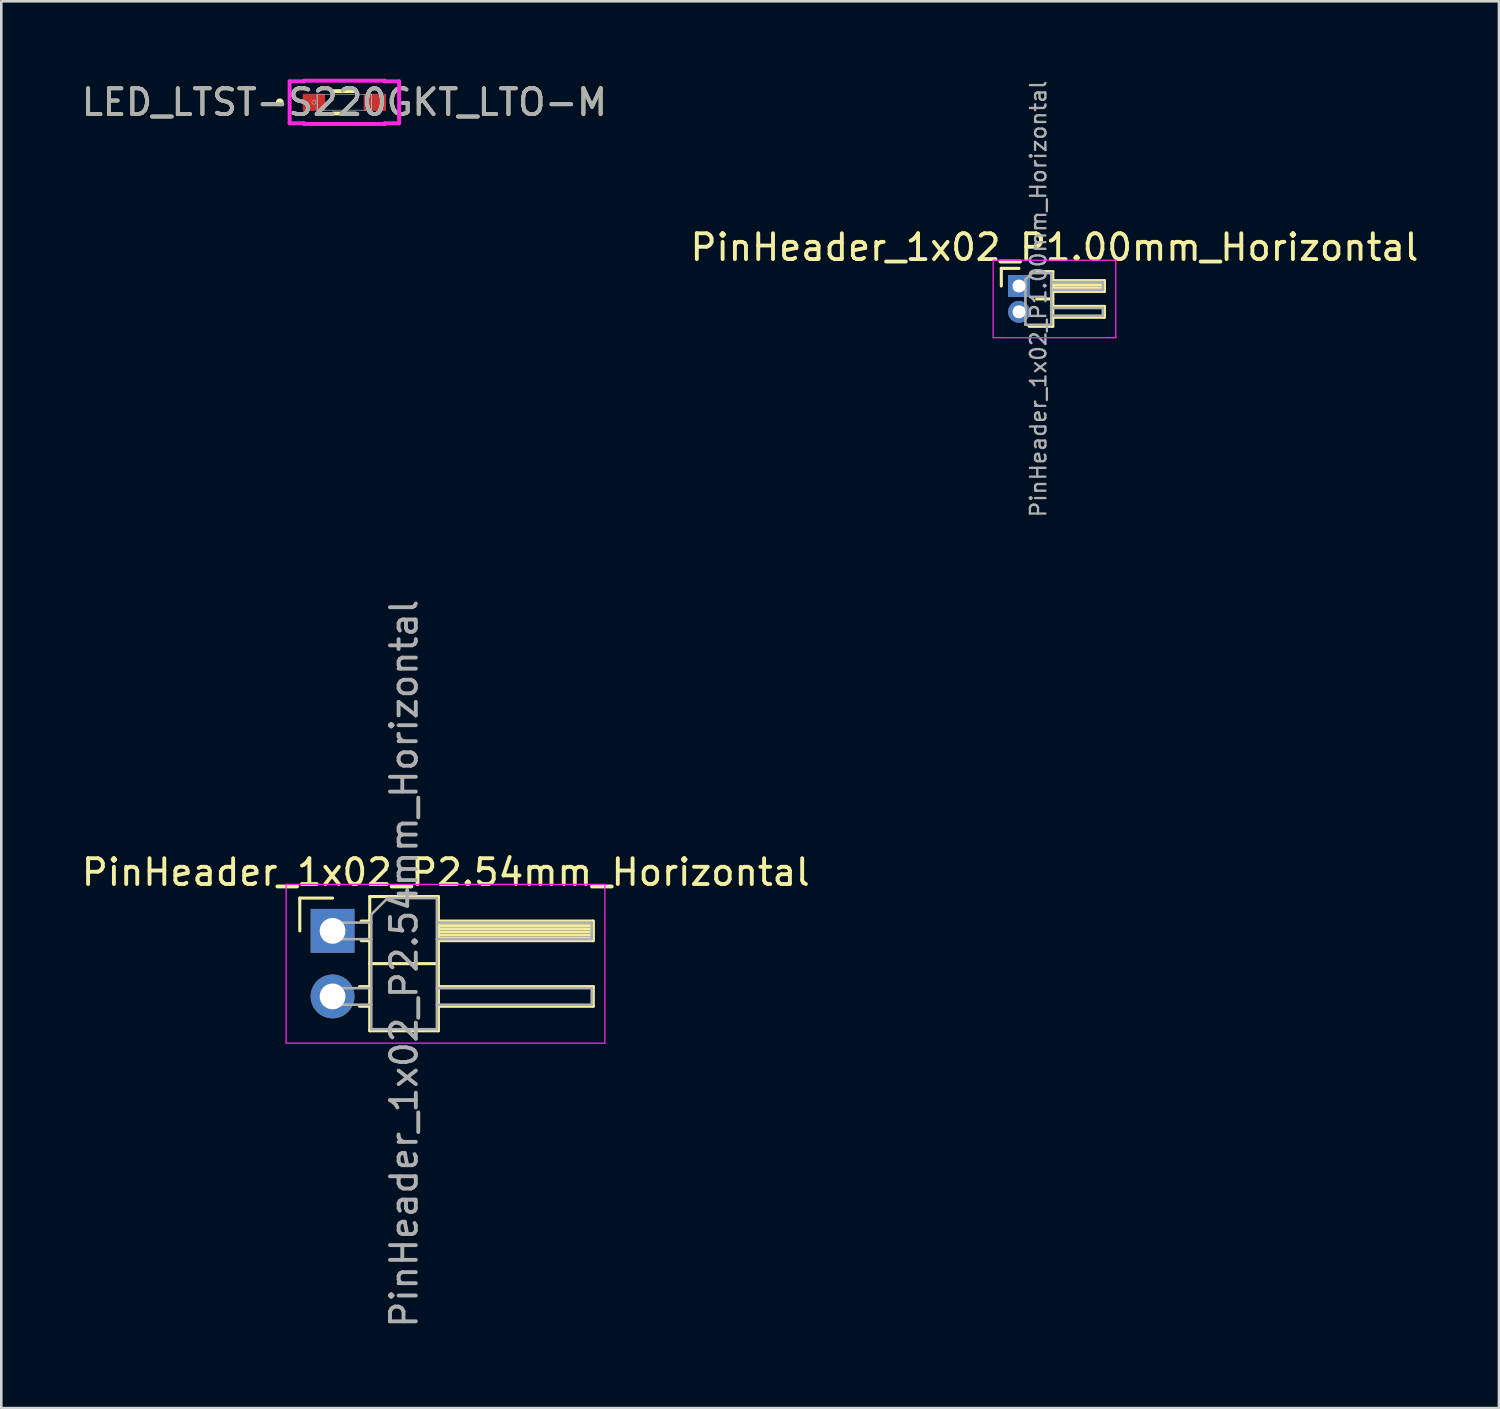
<source format=kicad_pcb>
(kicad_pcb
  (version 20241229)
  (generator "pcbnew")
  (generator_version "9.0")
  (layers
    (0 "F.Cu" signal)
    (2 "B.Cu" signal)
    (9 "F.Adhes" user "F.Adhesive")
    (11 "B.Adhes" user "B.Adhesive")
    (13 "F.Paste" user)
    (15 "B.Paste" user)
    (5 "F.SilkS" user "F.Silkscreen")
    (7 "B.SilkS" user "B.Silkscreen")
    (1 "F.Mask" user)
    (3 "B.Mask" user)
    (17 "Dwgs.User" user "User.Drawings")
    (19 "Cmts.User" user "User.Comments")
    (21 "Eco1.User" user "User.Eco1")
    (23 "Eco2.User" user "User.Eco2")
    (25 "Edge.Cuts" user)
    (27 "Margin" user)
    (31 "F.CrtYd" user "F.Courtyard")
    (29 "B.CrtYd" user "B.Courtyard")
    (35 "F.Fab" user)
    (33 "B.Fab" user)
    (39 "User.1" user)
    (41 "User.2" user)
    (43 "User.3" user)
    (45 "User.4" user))
  (footprint "LED_LTST-S220GKT_LTO-M"
    (layer "F.Cu")
    (at 10.292 0.914)
    (property "Reference" "LED_LTST-S220GKT_LTO-M" (at 0 0 0) (unlocked yes) (layer "F.SilkS") (effects (font (size 1 1) (thickness 0.15))))
    (attr smd)
    (fp_line (start -0.432 0.432) (end 0.432 0.432) (stroke (width 0.152) (type solid)) (layer "F.SilkS"))
    (fp_line (start 0.432 -0.432) (end -0.432 -0.432) (stroke (width 0.152) (type solid)) (layer "F.SilkS"))
    (fp_circle (center -2.502 0) (end -2.426 0) (stroke (width 0.152) (type solid)) (fill no) (layer "F.SilkS"))
    (fp_line (start -2.121 -0.813) (end -1.562 -0.813) (stroke (width 0.152) (type solid)) (layer "F.CrtYd"))
    (fp_line (start -2.121 0.813) (end -2.121 -0.813) (stroke (width 0.152) (type solid)) (layer "F.CrtYd"))
    (fp_line (start -1.562 -0.838) (end 1.562 -0.838) (stroke (width 0.152) (type solid)) (layer "F.CrtYd"))
    (fp_line (start -1.562 -0.813) (end -1.562 -0.838) (stroke (width 0.152) (type solid)) (layer "F.CrtYd"))
    (fp_line (start -1.562 0.813) (end -2.121 0.813) (stroke (width 0.152) (type solid)) (layer "F.CrtYd"))
    (fp_line (start -1.562 0.838) (end -1.562 0.813) (stroke (width 0.152) (type solid)) (layer "F.CrtYd"))
    (fp_line (start 1.562 -0.838) (end 1.562 -0.813) (stroke (width 0.152) (type solid)) (layer "F.CrtYd"))
    (fp_line (start 1.562 -0.813) (end 2.121 -0.813) (stroke (width 0.152) (type solid)) (layer "F.CrtYd"))
    (fp_line (start 1.562 0.813) (end 1.562 0.838) (stroke (width 0.152) (type solid)) (layer "F.CrtYd"))
    (fp_line (start 1.562 0.838) (end -1.562 0.838) (stroke (width 0.152) (type solid)) (layer "F.CrtYd"))
    (fp_line (start 2.121 -0.813) (end 2.121 0.813) (stroke (width 0.152) (type solid)) (layer "F.CrtYd"))
    (fp_line (start 2.121 0.813) (end 1.562 0.813) (stroke (width 0.152) (type solid)) (layer "F.CrtYd"))
    (fp_line (start -1.054 -0.305) (end -1.054 -0.305) (stroke (width 0.025) (type solid)) (layer "F.Fab"))
    (fp_line (start -1.054 -0.305) (end -1.054 0.305) (stroke (width 0.025) (type solid)) (layer "F.Fab"))
    (fp_line (start -1.054 -0.305) (end -1.054 0.305) (stroke (width 0.025) (type solid)) (layer "F.Fab"))
    (fp_line (start -1.054 0.305) (end -1.054 -0.305) (stroke (width 0.025) (type solid)) (layer "F.Fab"))
    (fp_line (start -1.054 0.305) (end -1.054 0.305) (stroke (width 0.025) (type solid)) (layer "F.Fab"))
    (fp_line (start -1.054 0.305) (end 1.054 0.305) (stroke (width 0.025) (type solid)) (layer "F.Fab"))
    (fp_line (start 1.054 -0.305) (end -1.054 -0.305) (stroke (width 0.025) (type solid)) (layer "F.Fab"))
    (fp_line (start 1.054 -0.305) (end 1.054 -0.305) (stroke (width 0.025) (type solid)) (layer "F.Fab"))
    (fp_line (start 1.054 -0.305) (end 1.054 0.305) (stroke (width 0.025) (type solid)) (layer "F.Fab"))
    (fp_line (start 1.054 0.305) (end 1.054 -0.305) (stroke (width 0.025) (type solid)) (layer "F.Fab"))
    (fp_line (start 1.054 0.305) (end 1.054 -0.305) (stroke (width 0.025) (type solid)) (layer "F.Fab"))
    (fp_line (start 1.054 0.305) (end 1.054 0.305) (stroke (width 0.025) (type solid)) (layer "F.Fab"))
    (fp_circle (center -1.181 0) (end -1.105 0) (stroke (width 0.025) (type solid)) (fill no) (layer "F.Fab"))
    (fp_text user "${REFERENCE}" (at 0 0 0) (unlocked yes) (layer "F.Fab") (effects (font (size 1 1) (thickness 0.15))))
    (pad "1" smd rect (at -1.181 0) (size 0.864 0.66) (layers "F.Cu" "F.Mask" "F.Paste"))
    (pad "2" smd rect (at 1.181 0) (size 0.864 0.66) (layers "F.Cu" "F.Mask" "F.Paste"))
    (zone (net_name "") (layer "F.Cu") (hatch full 0.508) (connect_pads) (min_thickness 0.254) (filled_areas_thickness no) (keepout (tracks not_allowed) (vias not_allowed) (pads allowed) (copperpour not_allowed) (footprints allowed)) (placement (enabled no)) (fill) (polygon (pts (xy 9.593 0.66) (xy 10.99 0.66) (xy 10.99 1.168) (xy 9.593 1.168)))))
  (footprint "PinHeader_1x02_P2.54mm_Horizontal"
    (layer "F.Cu")
    (at 9.835 34.29)
    (property "Reference" "PinHeader_1x02_P2.54mm_Horizontal" (at 4.385 -3.545 0) (layer "F.SilkS") (effects (font (size 1 1) (thickness 0.15))))
    (attr through_hole)
    (fp_line (start -1.27 -2.545) (end 0 -2.545) (stroke (width 0.12) (type solid)) (layer "F.SilkS"))
    (fp_line (start -1.27 -1.275) (end -1.27 -2.545) (stroke (width 0.12) (type solid)) (layer "F.SilkS"))
    (fp_line (start 1.043 0.885) (end 1.44 0.885) (stroke (width 0.12) (type solid)) (layer "F.SilkS"))
    (fp_line (start 1.043 1.645) (end 1.44 1.645) (stroke (width 0.12) (type solid)) (layer "F.SilkS"))
    (fp_line (start 1.11 -1.655) (end 1.44 -1.655) (stroke (width 0.12) (type solid)) (layer "F.SilkS"))
    (fp_line (start 1.11 -0.895) (end 1.44 -0.895) (stroke (width 0.12) (type solid)) (layer "F.SilkS"))
    (fp_line (start 1.44 -2.605) (end 1.44 2.595) (stroke (width 0.12) (type solid)) (layer "F.SilkS"))
    (fp_line (start 1.44 -0.005) (end 4.1 -0.005) (stroke (width 0.12) (type solid)) (layer "F.SilkS"))
    (fp_line (start 1.44 2.595) (end 4.1 2.595) (stroke (width 0.12) (type solid)) (layer "F.SilkS"))
    (fp_line (start 4.1 -2.605) (end 1.44 -2.605) (stroke (width 0.12) (type solid)) (layer "F.SilkS"))
    (fp_line (start 4.1 -1.655) (end 10.1 -1.655) (stroke (width 0.12) (type solid)) (layer "F.SilkS"))
    (fp_line (start 4.1 -1.595) (end 10.1 -1.595) (stroke (width 0.12) (type solid)) (layer "F.SilkS"))
    (fp_line (start 4.1 -1.475) (end 10.1 -1.475) (stroke (width 0.12) (type solid)) (layer "F.SilkS"))
    (fp_line (start 4.1 -1.355) (end 10.1 -1.355) (stroke (width 0.12) (type solid)) (layer "F.SilkS"))
    (fp_line (start 4.1 -1.235) (end 10.1 -1.235) (stroke (width 0.12) (type solid)) (layer "F.SilkS"))
    (fp_line (start 4.1 -1.115) (end 10.1 -1.115) (stroke (width 0.12) (type solid)) (layer "F.SilkS"))
    (fp_line (start 4.1 -0.995) (end 10.1 -0.995) (stroke (width 0.12) (type solid)) (layer "F.SilkS"))
    (fp_line (start 4.1 0.885) (end 10.1 0.885) (stroke (width 0.12) (type solid)) (layer "F.SilkS"))
    (fp_line (start 4.1 2.595) (end 4.1 -2.605) (stroke (width 0.12) (type solid)) (layer "F.SilkS"))
    (fp_line (start 10.1 -1.655) (end 10.1 -0.895) (stroke (width 0.12) (type solid)) (layer "F.SilkS"))
    (fp_line (start 10.1 -0.895) (end 4.1 -0.895) (stroke (width 0.12) (type solid)) (layer "F.SilkS"))
    (fp_line (start 10.1 0.885) (end 10.1 1.645) (stroke (width 0.12) (type solid)) (layer "F.SilkS"))
    (fp_line (start 10.1 1.645) (end 4.1 1.645) (stroke (width 0.12) (type solid)) (layer "F.SilkS"))
    (fp_line (start -1.8 -3.075) (end -1.8 3.075) (stroke (width 0.05) (type solid)) (layer "F.CrtYd"))
    (fp_line (start -1.8 3.075) (end 10.55 3.075) (stroke (width 0.05) (type solid)) (layer "F.CrtYd"))
    (fp_line (start 10.55 -3.075) (end -1.8 -3.075) (stroke (width 0.05) (type solid)) (layer "F.CrtYd"))
    (fp_line (start 10.55 3.075) (end 10.55 -3.075) (stroke (width 0.05) (type solid)) (layer "F.CrtYd"))
    (fp_line (start -0.32 -1.595) (end -0.32 -0.955) (stroke (width 0.1) (type solid)) (layer "F.Fab"))
    (fp_line (start -0.32 -1.595) (end 1.5 -1.595) (stroke (width 0.1) (type solid)) (layer "F.Fab"))
    (fp_line (start -0.32 -0.955) (end 1.5 -0.955) (stroke (width 0.1) (type solid)) (layer "F.Fab"))
    (fp_line (start -0.32 0.945) (end -0.32 1.585) (stroke (width 0.1) (type solid)) (layer "F.Fab"))
    (fp_line (start -0.32 0.945) (end 1.5 0.945) (stroke (width 0.1) (type solid)) (layer "F.Fab"))
    (fp_line (start -0.32 1.585) (end 1.5 1.585) (stroke (width 0.1) (type solid)) (layer "F.Fab"))
    (fp_line (start 1.5 -1.91) (end 2.135 -2.545) (stroke (width 0.1) (type solid)) (layer "F.Fab"))
    (fp_line (start 1.5 2.535) (end 1.5 -1.91) (stroke (width 0.1) (type solid)) (layer "F.Fab"))
    (fp_line (start 2.135 -2.545) (end 4.04 -2.545) (stroke (width 0.1) (type solid)) (layer "F.Fab"))
    (fp_line (start 4.04 -2.545) (end 4.04 2.535) (stroke (width 0.1) (type solid)) (layer "F.Fab"))
    (fp_line (start 4.04 -1.595) (end 10.04 -1.595) (stroke (width 0.1) (type solid)) (layer "F.Fab"))
    (fp_line (start 4.04 -0.955) (end 10.04 -0.955) (stroke (width 0.1) (type solid)) (layer "F.Fab"))
    (fp_line (start 4.04 0.945) (end 10.04 0.945) (stroke (width 0.1) (type solid)) (layer "F.Fab"))
    (fp_line (start 4.04 1.585) (end 10.04 1.585) (stroke (width 0.1) (type solid)) (layer "F.Fab"))
    (fp_line (start 4.04 2.535) (end 1.5 2.535) (stroke (width 0.1) (type solid)) (layer "F.Fab"))
    (fp_line (start 10.04 -1.595) (end 10.04 -0.955) (stroke (width 0.1) (type solid)) (layer "F.Fab"))
    (fp_line (start 10.04 0.945) (end 10.04 1.585) (stroke (width 0.1) (type solid)) (layer "F.Fab"))
    (fp_text user "${REFERENCE}" (at 2.77 -0.005 90) (layer "F.Fab") (effects (font (size 1 1) (thickness 0.15))))
    (pad "1" thru_hole rect (at 0 -1.275) (size 1.7 1.7) (drill 1) (layers "*.Cu" "*.Mask"))
    (pad "2" thru_hole oval (at 0 1.265) (size 1.7 1.7) (drill 1) (layers "*.Cu" "*.Mask")))
  (footprint "PinHeader_1x02_P1.00mm_Horizontal"
    (layer "F.Cu")
    (at 36.429 8.032)
    (property "Reference" "PinHeader_1x02_P1.00mm_Horizontal" (at 1.375 -1.5 0) (layer "F.SilkS") (effects (font (size 1 1) (thickness 0.15))))
    (attr through_hole)
    (fp_line (start -0.685 -0.685) (end 0 -0.685) (stroke (width 0.12) (type solid)) (layer "F.SilkS"))
    (fp_line (start -0.685 0) (end -0.685 -0.685) (stroke (width 0.12) (type solid)) (layer "F.SilkS"))
    (fp_line (start 0.685 -0.56) (end 1.31 -0.56) (stroke (width 0.12) (type solid)) (layer "F.SilkS"))
    (fp_line (start 0.685 0.5) (end 1.31 0.5) (stroke (width 0.12) (type solid)) (layer "F.SilkS"))
    (fp_line (start 1.31 -0.56) (end 1.31 1.56) (stroke (width 0.12) (type solid)) (layer "F.SilkS"))
    (fp_line (start 1.31 -0.21) (end 3.31 -0.21) (stroke (width 0.12) (type solid)) (layer "F.SilkS"))
    (fp_line (start 1.31 -0.15) (end 3.31 -0.15) (stroke (width 0.12) (type solid)) (layer "F.SilkS"))
    (fp_line (start 1.31 -0.03) (end 3.31 -0.03) (stroke (width 0.12) (type solid)) (layer "F.SilkS"))
    (fp_line (start 1.31 0.09) (end 3.31 0.09) (stroke (width 0.12) (type solid)) (layer "F.SilkS"))
    (fp_line (start 1.31 0.79) (end 3.31 0.79) (stroke (width 0.12) (type solid)) (layer "F.SilkS"))
    (fp_line (start 1.31 1.56) (end 0.394 1.56) (stroke (width 0.12) (type solid)) (layer "F.SilkS"))
    (fp_line (start 3.31 -0.21) (end 3.31 0.21) (stroke (width 0.12) (type solid)) (layer "F.SilkS"))
    (fp_line (start 3.31 0.21) (end 1.31 0.21) (stroke (width 0.12) (type solid)) (layer "F.SilkS"))
    (fp_line (start 3.31 0.79) (end 3.31 1.21) (stroke (width 0.12) (type solid)) (layer "F.SilkS"))
    (fp_line (start 3.31 1.21) (end 1.31 1.21) (stroke (width 0.12) (type solid)) (layer "F.SilkS"))
    (fp_line (start -1 -1) (end -1 2) (stroke (width 0.05) (type solid)) (layer "F.CrtYd"))
    (fp_line (start -1 2) (end 3.75 2) (stroke (width 0.05) (type solid)) (layer "F.CrtYd"))
    (fp_line (start 3.75 -1) (end -1 -1) (stroke (width 0.05) (type solid)) (layer "F.CrtYd"))
    (fp_line (start 3.75 2) (end 3.75 -1) (stroke (width 0.05) (type solid)) (layer "F.CrtYd"))
    (fp_line (start -0.15 -0.15) (end -0.15 0.15) (stroke (width 0.1) (type solid)) (layer "F.Fab"))
    (fp_line (start -0.15 -0.15) (end 0.25 -0.15) (stroke (width 0.1) (type solid)) (layer "F.Fab"))
    (fp_line (start -0.15 0.15) (end 0.25 0.15) (stroke (width 0.1) (type solid)) (layer "F.Fab"))
    (fp_line (start -0.15 0.85) (end -0.15 1.15) (stroke (width 0.1) (type solid)) (layer "F.Fab"))
    (fp_line (start -0.15 0.85) (end 0.25 0.85) (stroke (width 0.1) (type solid)) (layer "F.Fab"))
    (fp_line (start -0.15 1.15) (end 0.25 1.15) (stroke (width 0.1) (type solid)) (layer "F.Fab"))
    (fp_line (start 0.25 -0.25) (end 0.5 -0.5) (stroke (width 0.1) (type solid)) (layer "F.Fab"))
    (fp_line (start 0.25 1.5) (end 0.25 -0.25) (stroke (width 0.1) (type solid)) (layer "F.Fab"))
    (fp_line (start 0.5 -0.5) (end 1.25 -0.5) (stroke (width 0.1) (type solid)) (layer "F.Fab"))
    (fp_line (start 1.25 -0.5) (end 1.25 1.5) (stroke (width 0.1) (type solid)) (layer "F.Fab"))
    (fp_line (start 1.25 -0.15) (end 3.25 -0.15) (stroke (width 0.1) (type solid)) (layer "F.Fab"))
    (fp_line (start 1.25 0.15) (end 3.25 0.15) (stroke (width 0.1) (type solid)) (layer "F.Fab"))
    (fp_line (start 1.25 0.85) (end 3.25 0.85) (stroke (width 0.1) (type solid)) (layer "F.Fab"))
    (fp_line (start 1.25 1.15) (end 3.25 1.15) (stroke (width 0.1) (type solid)) (layer "F.Fab"))
    (fp_line (start 1.25 1.5) (end 0.25 1.5) (stroke (width 0.1) (type solid)) (layer "F.Fab"))
    (fp_line (start 3.25 -0.15) (end 3.25 0.15) (stroke (width 0.1) (type solid)) (layer "F.Fab"))
    (fp_line (start 3.25 0.85) (end 3.25 1.15) (stroke (width 0.1) (type solid)) (layer "F.Fab"))
    (fp_text user "${REFERENCE}" (at 0.75 0.5 90) (layer "F.Fab") (effects (font (size 0.6 0.6) (thickness 0.09))))
    (pad "1" thru_hole rect (at 0 0) (size 0.85 0.85) (drill 0.5) (layers "*.Cu" "*.Mask"))
    (pad "2" thru_hole oval (at 0 1) (size 0.85 0.85) (drill 0.5) (layers "*.Cu" "*.Mask")))
  (gr_rect
    (start -3 -3)
    (end 55.024 51.505)
    (stroke (width 0.1) (type default))
    (fill no)
    (layer "Edge.Cuts")))
</source>
